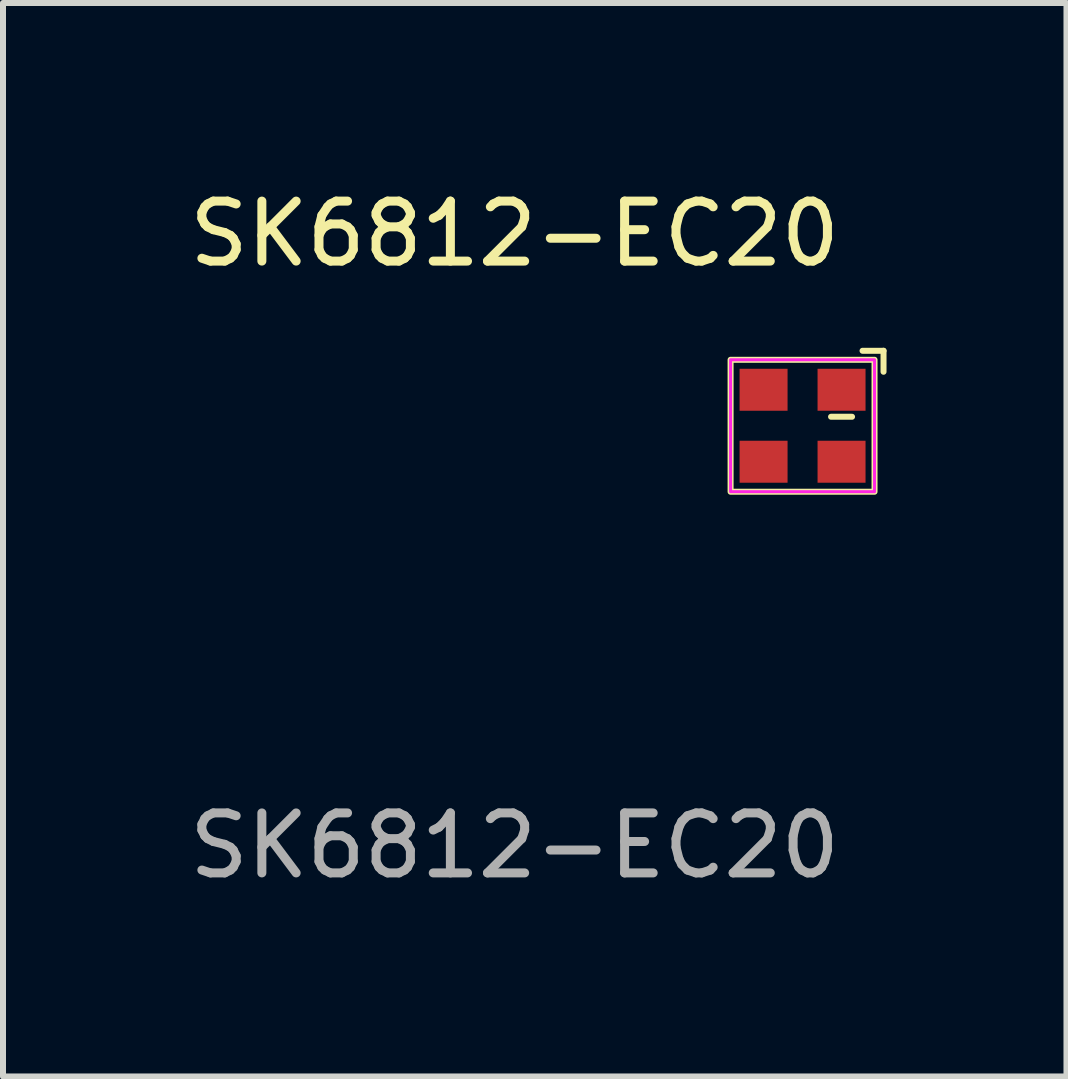
<source format=kicad_pcb>
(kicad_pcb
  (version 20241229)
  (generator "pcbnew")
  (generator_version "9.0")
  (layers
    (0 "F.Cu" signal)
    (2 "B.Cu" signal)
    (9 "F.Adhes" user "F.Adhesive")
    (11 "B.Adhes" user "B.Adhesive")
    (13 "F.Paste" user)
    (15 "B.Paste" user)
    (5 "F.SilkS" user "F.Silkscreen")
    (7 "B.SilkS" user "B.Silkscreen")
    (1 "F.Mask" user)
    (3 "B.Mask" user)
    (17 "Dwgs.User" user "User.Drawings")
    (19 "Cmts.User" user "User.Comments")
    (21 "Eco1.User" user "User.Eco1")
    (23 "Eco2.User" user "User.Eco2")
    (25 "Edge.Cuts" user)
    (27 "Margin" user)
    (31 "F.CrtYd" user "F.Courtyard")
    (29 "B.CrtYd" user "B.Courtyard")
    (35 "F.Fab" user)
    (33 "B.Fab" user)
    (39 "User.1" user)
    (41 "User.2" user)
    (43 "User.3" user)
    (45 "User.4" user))
  (footprint "SK6812-EC20"
    (layer "F.Cu")
    (at 10.33 4.048)
    (property "Reference" "SK6812-EC20" (at -4.8 -3.2 0) (unlocked yes) (layer "F.SilkS") (effects (font (size 1 1) (thickness 0.15))))
    (attr smd)
    (fp_line (start 0.475 -0.15) (end 0.825 -0.15) (stroke (width 0.1) (type default)) (layer "F.SilkS"))
    (fp_line (start 1 -1.25) (end 1.35 -1.25) (stroke (width 0.1) (type default)) (layer "F.SilkS"))
    (fp_line (start 1.35 -1.25) (end 1.35 -0.9) (stroke (width 0.1) (type default)) (layer "F.SilkS"))
    (fp_rect (start -1.2 -1.1) (end 1.2 1.1) (stroke (width 0.1) (type default)) (fill no) (layer "F.SilkS"))
    (fp_rect (start -1.2 -1.1) (end 1.2 1.1) (stroke (width 0.05) (type default)) (fill no) (layer "F.CrtYd"))
    (fp_text user "${REFERENCE}" (at -4.8 7 0) (unlocked yes) (layer "F.Fab") (effects (font (size 1 1) (thickness 0.15))))
    (pad "1" smd rect (at 0.65 0.6) (size 0.8 0.7) (layers "F.Cu" "F.Mask" "F.Paste"))
    (pad "2" smd rect (at 0.65 -0.6) (size 0.8 0.7) (layers "F.Cu" "F.Mask" "F.Paste"))
    (pad "3" smd rect (at -0.65 -0.6) (size 0.8 0.7) (layers "F.Cu" "F.Mask" "F.Paste"))
    (pad "4" smd rect (at -0.65 0.6) (size 0.8 0.7) (layers "F.Cu" "F.Mask" "F.Paste")))
  (gr_rect
    (start -3 -3)
    (end 14.73 14.896)
    (stroke (width 0.1) (type default))
    (fill no)
    (layer "Edge.Cuts")))
</source>
